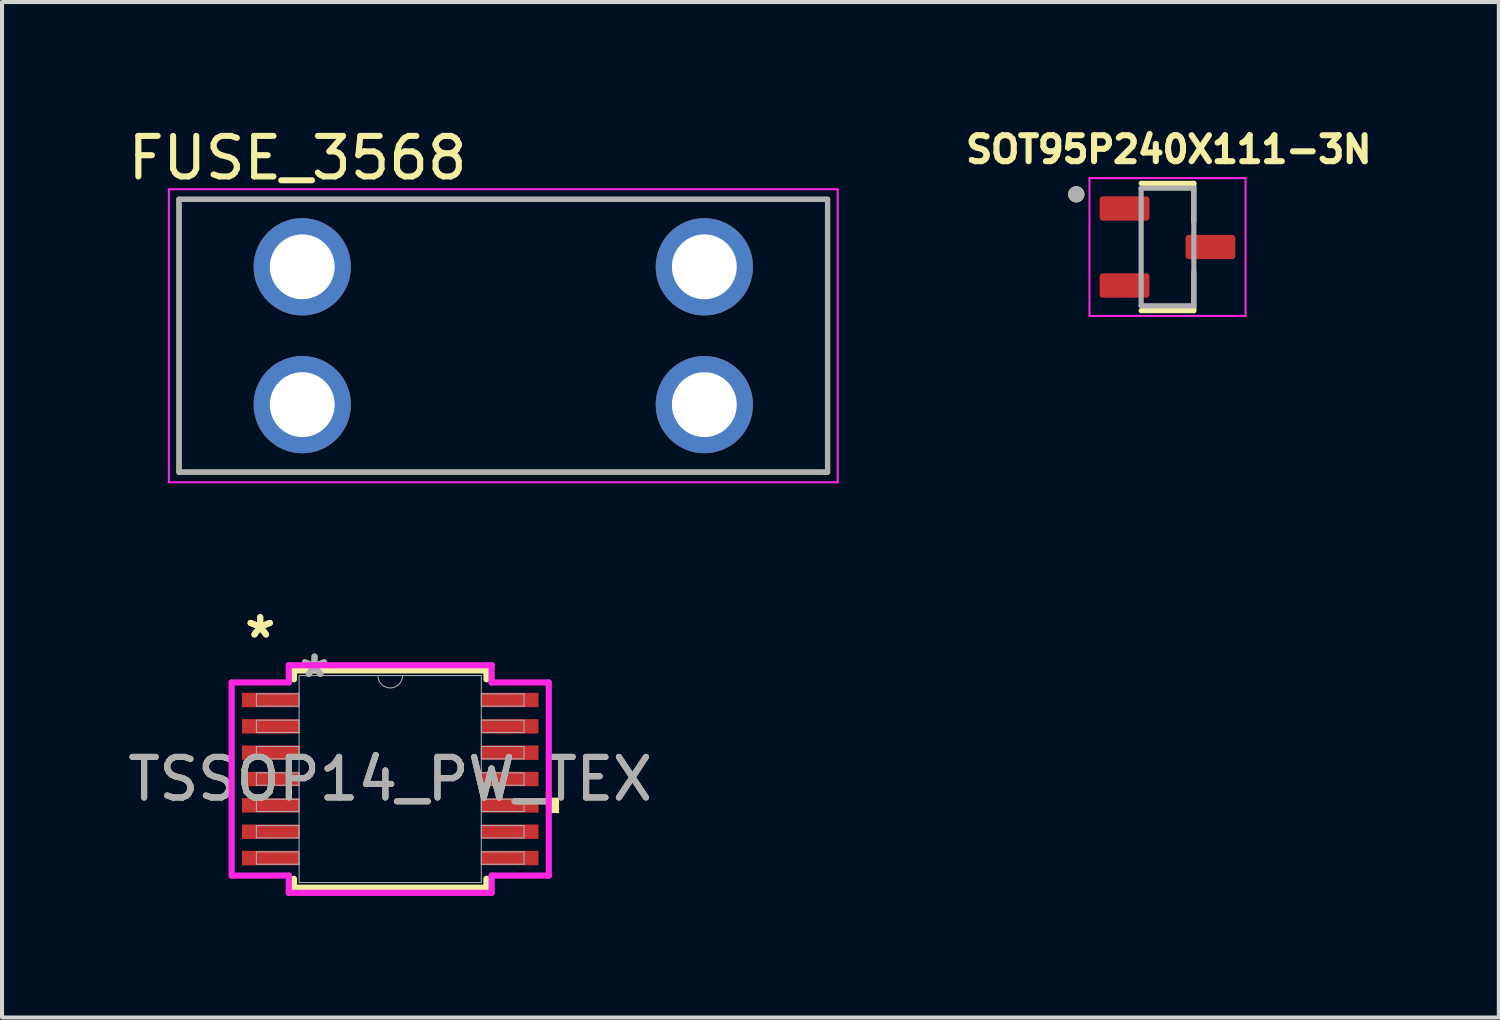
<source format=kicad_pcb>
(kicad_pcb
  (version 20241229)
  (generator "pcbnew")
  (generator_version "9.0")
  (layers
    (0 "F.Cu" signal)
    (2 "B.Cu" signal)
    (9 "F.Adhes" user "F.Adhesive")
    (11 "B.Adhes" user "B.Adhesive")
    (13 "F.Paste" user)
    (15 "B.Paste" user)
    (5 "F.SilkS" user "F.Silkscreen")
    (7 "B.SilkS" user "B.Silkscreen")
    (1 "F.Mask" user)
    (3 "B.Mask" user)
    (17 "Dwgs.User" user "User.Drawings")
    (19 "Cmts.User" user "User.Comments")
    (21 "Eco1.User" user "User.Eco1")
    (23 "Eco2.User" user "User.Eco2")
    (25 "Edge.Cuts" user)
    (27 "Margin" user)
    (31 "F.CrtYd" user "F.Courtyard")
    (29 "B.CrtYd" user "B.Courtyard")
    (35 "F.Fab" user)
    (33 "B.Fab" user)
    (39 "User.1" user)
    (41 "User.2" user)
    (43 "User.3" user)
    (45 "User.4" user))
  (footprint "FUSE_3568"
    (layer "F.Cu")
    (at 9.367 5.233)
    (property "Reference" "FUSE_3568" (at -5.075 -4.385 0) (layer "F.SilkS") (effects (font (size 1 1) (thickness 0.15))))
    (attr through_hole)
    (fp_line (start -8 -3.365) (end 8 -3.365) (stroke (width 0.127) (type solid)) (layer "F.SilkS"))
    (fp_line (start -8 3.365) (end -8 -3.365) (stroke (width 0.127) (type solid)) (layer "F.SilkS"))
    (fp_line (start 8 -3.365) (end 8 3.365) (stroke (width 0.127) (type solid)) (layer "F.SilkS"))
    (fp_line (start 8 3.365) (end -8 3.365) (stroke (width 0.127) (type solid)) (layer "F.SilkS"))
    (fp_line (start -8.25 -3.615) (end 8.25 -3.615) (stroke (width 0.05) (type solid)) (layer "F.CrtYd"))
    (fp_line (start -8.25 3.615) (end -8.25 -3.615) (stroke (width 0.05) (type solid)) (layer "F.CrtYd"))
    (fp_line (start 8.25 -3.615) (end 8.25 3.615) (stroke (width 0.05) (type solid)) (layer "F.CrtYd"))
    (fp_line (start 8.25 3.615) (end -8.25 3.615) (stroke (width 0.05) (type solid)) (layer "F.CrtYd"))
    (fp_line (start -8 -3.365) (end 8 -3.365) (stroke (width 0.127) (type solid)) (layer "F.Fab"))
    (fp_line (start -8 3.365) (end -8 -3.365) (stroke (width 0.127) (type solid)) (layer "F.Fab"))
    (fp_line (start 8 -3.365) (end 8 3.365) (stroke (width 0.127) (type solid)) (layer "F.Fab"))
    (fp_line (start 8 3.365) (end -8 3.365) (stroke (width 0.127) (type solid)) (layer "F.Fab"))
    (pad "1" thru_hole circle (at -4.96 -1.7) (size 2.4 2.4) (drill 1.6) (layers "*.Cu" "*.Mask"))
    (pad "2" thru_hole circle (at 4.96 -1.7) (size 2.4 2.4) (drill 1.6) (layers "*.Cu" "*.Mask"))
    (pad "3" thru_hole circle (at -4.96 1.7) (size 2.4 2.4) (drill 1.6) (layers "*.Cu" "*.Mask"))
    (pad "4" thru_hole circle (at 4.96 1.7) (size 2.4 2.4) (drill 1.6) (layers "*.Cu" "*.Mask")))
  (footprint "SOT95P240X111-3N"
    (layer "F.Cu")
    (at 25.754 3.044)
    (property "Reference" "SOT95P240X111-3N" (at 0.032 -2.406 0) (layer "F.SilkS") (effects (font (size 0.64 0.64) (thickness 0.15))))
    (attr smd)
    (fp_line (start -0.65 -1.57) (end 0.65 -1.57) (stroke (width 0.127) (type solid)) (layer "F.SilkS"))
    (fp_line (start -0.65 1.57) (end 0.65 1.57) (stroke (width 0.127) (type solid)) (layer "F.SilkS"))
    (fp_line (start 0.65 -1.57) (end 0.65 -0.62) (stroke (width 0.127) (type solid)) (layer "F.SilkS"))
    (fp_line (start 0.65 1.57) (end 0.65 0.62) (stroke (width 0.127) (type solid)) (layer "F.SilkS"))
    (fp_circle (center -2.25 -1.3) (end -2.15 -1.3) (stroke (width 0.2) (type solid)) (fill no) (layer "F.SilkS"))
    (fp_line (start -1.925 -1.7) (end 1.925 -1.7) (stroke (width 0.05) (type solid)) (layer "F.CrtYd"))
    (fp_line (start -1.925 1.7) (end -1.925 -1.7) (stroke (width 0.05) (type solid)) (layer "F.CrtYd"))
    (fp_line (start 1.925 1.7) (end -1.925 1.7) (stroke (width 0.05) (type solid)) (layer "F.CrtYd"))
    (fp_line (start 1.925 1.7) (end 1.925 -1.7) (stroke (width 0.05) (type solid)) (layer "F.CrtYd"))
    (fp_line (start -0.65 -1.45) (end 0.65 -1.45) (stroke (width 0.127) (type solid)) (layer "F.Fab"))
    (fp_line (start -0.65 1.45) (end -0.65 -1.45) (stroke (width 0.127) (type solid)) (layer "F.Fab"))
    (fp_line (start 0.65 -1.45) (end 0.65 1.45) (stroke (width 0.127) (type solid)) (layer "F.Fab"))
    (fp_line (start 0.65 1.45) (end -0.65 1.45) (stroke (width 0.127) (type solid)) (layer "F.Fab"))
    (fp_circle (center -2.25 -1.3) (end -2.15 -1.3) (stroke (width 0.2) (type solid)) (fill no) (layer "F.Fab"))
    (pad "1" smd roundrect (at -1.06 -0.95) (size 1.23 0.6) (layers "F.Cu" "F.Mask" "F.Paste") (roundrect_rratio 0.125))
    (pad "2" smd roundrect (at -1.06 0.95) (size 1.23 0.6) (layers "F.Cu" "F.Mask" "F.Paste") (roundrect_rratio 0.125))
    (pad "3" smd roundrect (at 1.06 0) (size 1.23 0.6) (layers "F.Cu" "F.Mask" "F.Paste") (roundrect_rratio 0.125)))
  (footprint "TSSOP14_PW_TEX"
    (layer "F.Cu")
    (at 6.577 16.17)
    (property "Reference" "TSSOP14_PW_TEX" (at 0 0 0) (unlocked yes) (layer "F.SilkS") (effects (font (size 1 1) (thickness 0.15))))
    (attr smd)
    (fp_line (start -2.375 -2.68) (end -2.375 -2.461) (stroke (width 0.152) (type solid)) (layer "F.SilkS"))
    (fp_line (start -2.375 2.461) (end -2.375 2.68) (stroke (width 0.152) (type solid)) (layer "F.SilkS"))
    (fp_line (start -2.375 2.68) (end 2.375 2.68) (stroke (width 0.152) (type solid)) (layer "F.SilkS"))
    (fp_line (start 2.375 -2.68) (end -2.375 -2.68) (stroke (width 0.152) (type solid)) (layer "F.SilkS"))
    (fp_line (start 2.375 -2.461) (end 2.375 -2.68) (stroke (width 0.152) (type solid)) (layer "F.SilkS"))
    (fp_line (start 2.375 2.68) (end 2.375 2.461) (stroke (width 0.152) (type solid)) (layer "F.SilkS"))
    (fp_poly (pts (xy 4.166 0.459) (xy 4.166 0.84) (xy 3.912 0.84) (xy 3.912 0.459)) (stroke (width 0) (type solid)) (fill yes) (layer "F.SilkS"))
    (fp_line (start -3.912 -2.382) (end -2.502 -2.382) (stroke (width 0.152) (type solid)) (layer "F.CrtYd"))
    (fp_line (start -3.912 2.382) (end -3.912 -2.382) (stroke (width 0.152) (type solid)) (layer "F.CrtYd"))
    (fp_line (start -3.912 2.382) (end -2.502 2.382) (stroke (width 0.152) (type solid)) (layer "F.CrtYd"))
    (fp_line (start -2.502 -2.807) (end 2.502 -2.807) (stroke (width 0.152) (type solid)) (layer "F.CrtYd"))
    (fp_line (start -2.502 -2.382) (end -2.502 -2.807) (stroke (width 0.152) (type solid)) (layer "F.CrtYd"))
    (fp_line (start -2.502 2.807) (end -2.502 2.382) (stroke (width 0.152) (type solid)) (layer "F.CrtYd"))
    (fp_line (start 2.502 -2.807) (end 2.502 -2.382) (stroke (width 0.152) (type solid)) (layer "F.CrtYd"))
    (fp_line (start 2.502 2.382) (end 2.502 2.807) (stroke (width 0.152) (type solid)) (layer "F.CrtYd"))
    (fp_line (start 2.502 2.807) (end -2.502 2.807) (stroke (width 0.152) (type solid)) (layer "F.CrtYd"))
    (fp_line (start 3.912 -2.382) (end 2.502 -2.382) (stroke (width 0.152) (type solid)) (layer "F.CrtYd"))
    (fp_line (start 3.912 -2.382) (end 3.912 2.382) (stroke (width 0.152) (type solid)) (layer "F.CrtYd"))
    (fp_line (start 3.912 2.382) (end 2.502 2.382) (stroke (width 0.152) (type solid)) (layer "F.CrtYd"))
    (fp_line (start -3.302 -2.102) (end -3.302 -1.798) (stroke (width 0.025) (type solid)) (layer "F.Fab"))
    (fp_line (start -3.302 -1.798) (end -2.248 -1.798) (stroke (width 0.025) (type solid)) (layer "F.Fab"))
    (fp_line (start -3.302 -1.452) (end -3.302 -1.148) (stroke (width 0.025) (type solid)) (layer "F.Fab"))
    (fp_line (start -3.302 -1.148) (end -2.248 -1.148) (stroke (width 0.025) (type solid)) (layer "F.Fab"))
    (fp_line (start -3.302 -0.802) (end -3.302 -0.498) (stroke (width 0.025) (type solid)) (layer "F.Fab"))
    (fp_line (start -3.302 -0.498) (end -2.248 -0.498) (stroke (width 0.025) (type solid)) (layer "F.Fab"))
    (fp_line (start -3.302 -0.152) (end -3.302 0.152) (stroke (width 0.025) (type solid)) (layer "F.Fab"))
    (fp_line (start -3.302 0.152) (end -2.248 0.152) (stroke (width 0.025) (type solid)) (layer "F.Fab"))
    (fp_line (start -3.302 0.498) (end -3.302 0.802) (stroke (width 0.025) (type solid)) (layer "F.Fab"))
    (fp_line (start -3.302 0.802) (end -2.248 0.802) (stroke (width 0.025) (type solid)) (layer "F.Fab"))
    (fp_line (start -3.302 1.148) (end -3.302 1.452) (stroke (width 0.025) (type solid)) (layer "F.Fab"))
    (fp_line (start -3.302 1.452) (end -2.248 1.452) (stroke (width 0.025) (type solid)) (layer "F.Fab"))
    (fp_line (start -3.302 1.798) (end -3.302 2.102) (stroke (width 0.025) (type solid)) (layer "F.Fab"))
    (fp_line (start -3.302 2.102) (end -2.248 2.102) (stroke (width 0.025) (type solid)) (layer "F.Fab"))
    (fp_line (start -2.248 -2.553) (end -2.248 2.553) (stroke (width 0.025) (type solid)) (layer "F.Fab"))
    (fp_line (start -2.248 -2.102) (end -3.302 -2.102) (stroke (width 0.025) (type solid)) (layer "F.Fab"))
    (fp_line (start -2.248 -1.798) (end -2.248 -2.102) (stroke (width 0.025) (type solid)) (layer "F.Fab"))
    (fp_line (start -2.248 -1.452) (end -3.302 -1.452) (stroke (width 0.025) (type solid)) (layer "F.Fab"))
    (fp_line (start -2.248 -1.148) (end -2.248 -1.452) (stroke (width 0.025) (type solid)) (layer "F.Fab"))
    (fp_line (start -2.248 -0.802) (end -3.302 -0.802) (stroke (width 0.025) (type solid)) (layer "F.Fab"))
    (fp_line (start -2.248 -0.498) (end -2.248 -0.802) (stroke (width 0.025) (type solid)) (layer "F.Fab"))
    (fp_line (start -2.248 -0.152) (end -3.302 -0.152) (stroke (width 0.025) (type solid)) (layer "F.Fab"))
    (fp_line (start -2.248 0.152) (end -2.248 -0.152) (stroke (width 0.025) (type solid)) (layer "F.Fab"))
    (fp_line (start -2.248 0.498) (end -3.302 0.498) (stroke (width 0.025) (type solid)) (layer "F.Fab"))
    (fp_line (start -2.248 0.802) (end -2.248 0.498) (stroke (width 0.025) (type solid)) (layer "F.Fab"))
    (fp_line (start -2.248 1.148) (end -3.302 1.148) (stroke (width 0.025) (type solid)) (layer "F.Fab"))
    (fp_line (start -2.248 1.452) (end -2.248 1.148) (stroke (width 0.025) (type solid)) (layer "F.Fab"))
    (fp_line (start -2.248 1.798) (end -3.302 1.798) (stroke (width 0.025) (type solid)) (layer "F.Fab"))
    (fp_line (start -2.248 2.102) (end -2.248 1.798) (stroke (width 0.025) (type solid)) (layer "F.Fab"))
    (fp_line (start -2.248 2.553) (end 2.248 2.553) (stroke (width 0.025) (type solid)) (layer "F.Fab"))
    (fp_line (start 2.248 -2.553) (end -2.248 -2.553) (stroke (width 0.025) (type solid)) (layer "F.Fab"))
    (fp_line (start 2.248 -2.102) (end 2.248 -1.798) (stroke (width 0.025) (type solid)) (layer "F.Fab"))
    (fp_line (start 2.248 -1.798) (end 3.302 -1.798) (stroke (width 0.025) (type solid)) (layer "F.Fab"))
    (fp_line (start 2.248 -1.452) (end 2.248 -1.148) (stroke (width 0.025) (type solid)) (layer "F.Fab"))
    (fp_line (start 2.248 -1.148) (end 3.302 -1.148) (stroke (width 0.025) (type solid)) (layer "F.Fab"))
    (fp_line (start 2.248 -0.802) (end 2.248 -0.498) (stroke (width 0.025) (type solid)) (layer "F.Fab"))
    (fp_line (start 2.248 -0.498) (end 3.302 -0.498) (stroke (width 0.025) (type solid)) (layer "F.Fab"))
    (fp_line (start 2.248 -0.152) (end 2.248 0.152) (stroke (width 0.025) (type solid)) (layer "F.Fab"))
    (fp_line (start 2.248 0.152) (end 3.302 0.152) (stroke (width 0.025) (type solid)) (layer "F.Fab"))
    (fp_line (start 2.248 0.498) (end 2.248 0.802) (stroke (width 0.025) (type solid)) (layer "F.Fab"))
    (fp_line (start 2.248 0.802) (end 3.302 0.802) (stroke (width 0.025) (type solid)) (layer "F.Fab"))
    (fp_line (start 2.248 1.148) (end 2.248 1.452) (stroke (width 0.025) (type solid)) (layer "F.Fab"))
    (fp_line (start 2.248 1.452) (end 3.302 1.452) (stroke (width 0.025) (type solid)) (layer "F.Fab"))
    (fp_line (start 2.248 1.798) (end 2.248 2.102) (stroke (width 0.025) (type solid)) (layer "F.Fab"))
    (fp_line (start 2.248 2.102) (end 3.302 2.102) (stroke (width 0.025) (type solid)) (layer "F.Fab"))
    (fp_line (start 2.248 2.553) (end 2.248 -2.553) (stroke (width 0.025) (type solid)) (layer "F.Fab"))
    (fp_line (start 3.302 -2.102) (end 2.248 -2.102) (stroke (width 0.025) (type solid)) (layer "F.Fab"))
    (fp_line (start 3.302 -1.798) (end 3.302 -2.102) (stroke (width 0.025) (type solid)) (layer "F.Fab"))
    (fp_line (start 3.302 -1.452) (end 2.248 -1.452) (stroke (width 0.025) (type solid)) (layer "F.Fab"))
    (fp_line (start 3.302 -1.148) (end 3.302 -1.452) (stroke (width 0.025) (type solid)) (layer "F.Fab"))
    (fp_line (start 3.302 -0.802) (end 2.248 -0.802) (stroke (width 0.025) (type solid)) (layer "F.Fab"))
    (fp_line (start 3.302 -0.498) (end 3.302 -0.802) (stroke (width 0.025) (type solid)) (layer "F.Fab"))
    (fp_line (start 3.302 -0.152) (end 2.248 -0.152) (stroke (width 0.025) (type solid)) (layer "F.Fab"))
    (fp_line (start 3.302 0.152) (end 3.302 -0.152) (stroke (width 0.025) (type solid)) (layer "F.Fab"))
    (fp_line (start 3.302 0.498) (end 2.248 0.498) (stroke (width 0.025) (type solid)) (layer "F.Fab"))
    (fp_line (start 3.302 0.802) (end 3.302 0.498) (stroke (width 0.025) (type solid)) (layer "F.Fab"))
    (fp_line (start 3.302 1.148) (end 2.248 1.148) (stroke (width 0.025) (type solid)) (layer "F.Fab"))
    (fp_line (start 3.302 1.452) (end 3.302 1.148) (stroke (width 0.025) (type solid)) (layer "F.Fab"))
    (fp_line (start 3.302 1.798) (end 2.248 1.798) (stroke (width 0.025) (type solid)) (layer "F.Fab"))
    (fp_line (start 3.302 2.102) (end 3.302 1.798) (stroke (width 0.025) (type solid)) (layer "F.Fab"))
    (fp_arc (start 0.3048 -2.5527) (mid 0 -2.2479) (end -0.3048 -2.5527) (stroke (width 0.0254) (type solid)) (layer "F.Fab"))
    (fp_text user "*" (at -3.207 -3.449 0) (layer "F.SilkS") (effects (font (size 1 1) (thickness 0.15))))
    (fp_text user "*" (at -3.207 -3.449 0) (unlocked yes) (layer "F.SilkS") (effects (font (size 1 1) (thickness 0.15))))
    (fp_text user "*" (at -1.867 -2.477 0) (unlocked yes) (layer "F.Fab") (effects (font (size 1 1) (thickness 0.15))))
    (fp_text user "*" (at -1.867 -2.477 0) (layer "F.Fab") (effects (font (size 1 1) (thickness 0.15))))
    (fp_text user "${REFERENCE}" (at 0 0 0) (unlocked yes) (layer "F.Fab") (effects (font (size 1 1) (thickness 0.15))))
    (pad "1" smd rect (at -2.953 -1.95) (size 1.41 0.356) (layers "F.Cu" "F.Mask" "F.Paste"))
    (pad "2" smd rect (at -2.953 -1.3) (size 1.41 0.356) (layers "F.Cu" "F.Mask" "F.Paste"))
    (pad "3" smd rect (at -2.953 -0.65) (size 1.41 0.356) (layers "F.Cu" "F.Mask" "F.Paste"))
    (pad "4" smd rect (at -2.953 0) (size 1.41 0.356) (layers "F.Cu" "F.Mask" "F.Paste"))
    (pad "5" smd rect (at -2.953 0.65) (size 1.41 0.356) (layers "F.Cu" "F.Mask" "F.Paste"))
    (pad "6" smd rect (at -2.953 1.3) (size 1.41 0.356) (layers "F.Cu" "F.Mask" "F.Paste"))
    (pad "7" smd rect (at -2.953 1.95) (size 1.41 0.356) (layers "F.Cu" "F.Mask" "F.Paste"))
    (pad "8" smd rect (at 2.953 1.95) (size 1.41 0.356) (layers "F.Cu" "F.Mask" "F.Paste"))
    (pad "9" smd rect (at 2.953 1.3) (size 1.41 0.356) (layers "F.Cu" "F.Mask" "F.Paste"))
    (pad "10" smd rect (at 2.953 0.65) (size 1.41 0.356) (layers "F.Cu" "F.Mask" "F.Paste"))
    (pad "11" smd rect (at 2.953 0) (size 1.41 0.356) (layers "F.Cu" "F.Mask" "F.Paste"))
    (pad "12" smd rect (at 2.953 -0.65) (size 1.41 0.356) (layers "F.Cu" "F.Mask" "F.Paste"))
    (pad "13" smd rect (at 2.953 -1.3) (size 1.41 0.356) (layers "F.Cu" "F.Mask" "F.Paste"))
    (pad "14" smd rect (at 2.953 -1.95) (size 1.41 0.356) (layers "F.Cu" "F.Mask" "F.Paste")))
  (gr_rect
    (start -3 -3)
    (end 33.929 22.053)
    (stroke (width 0.1) (type default))
    (fill no)
    (layer "Edge.Cuts")))
</source>
